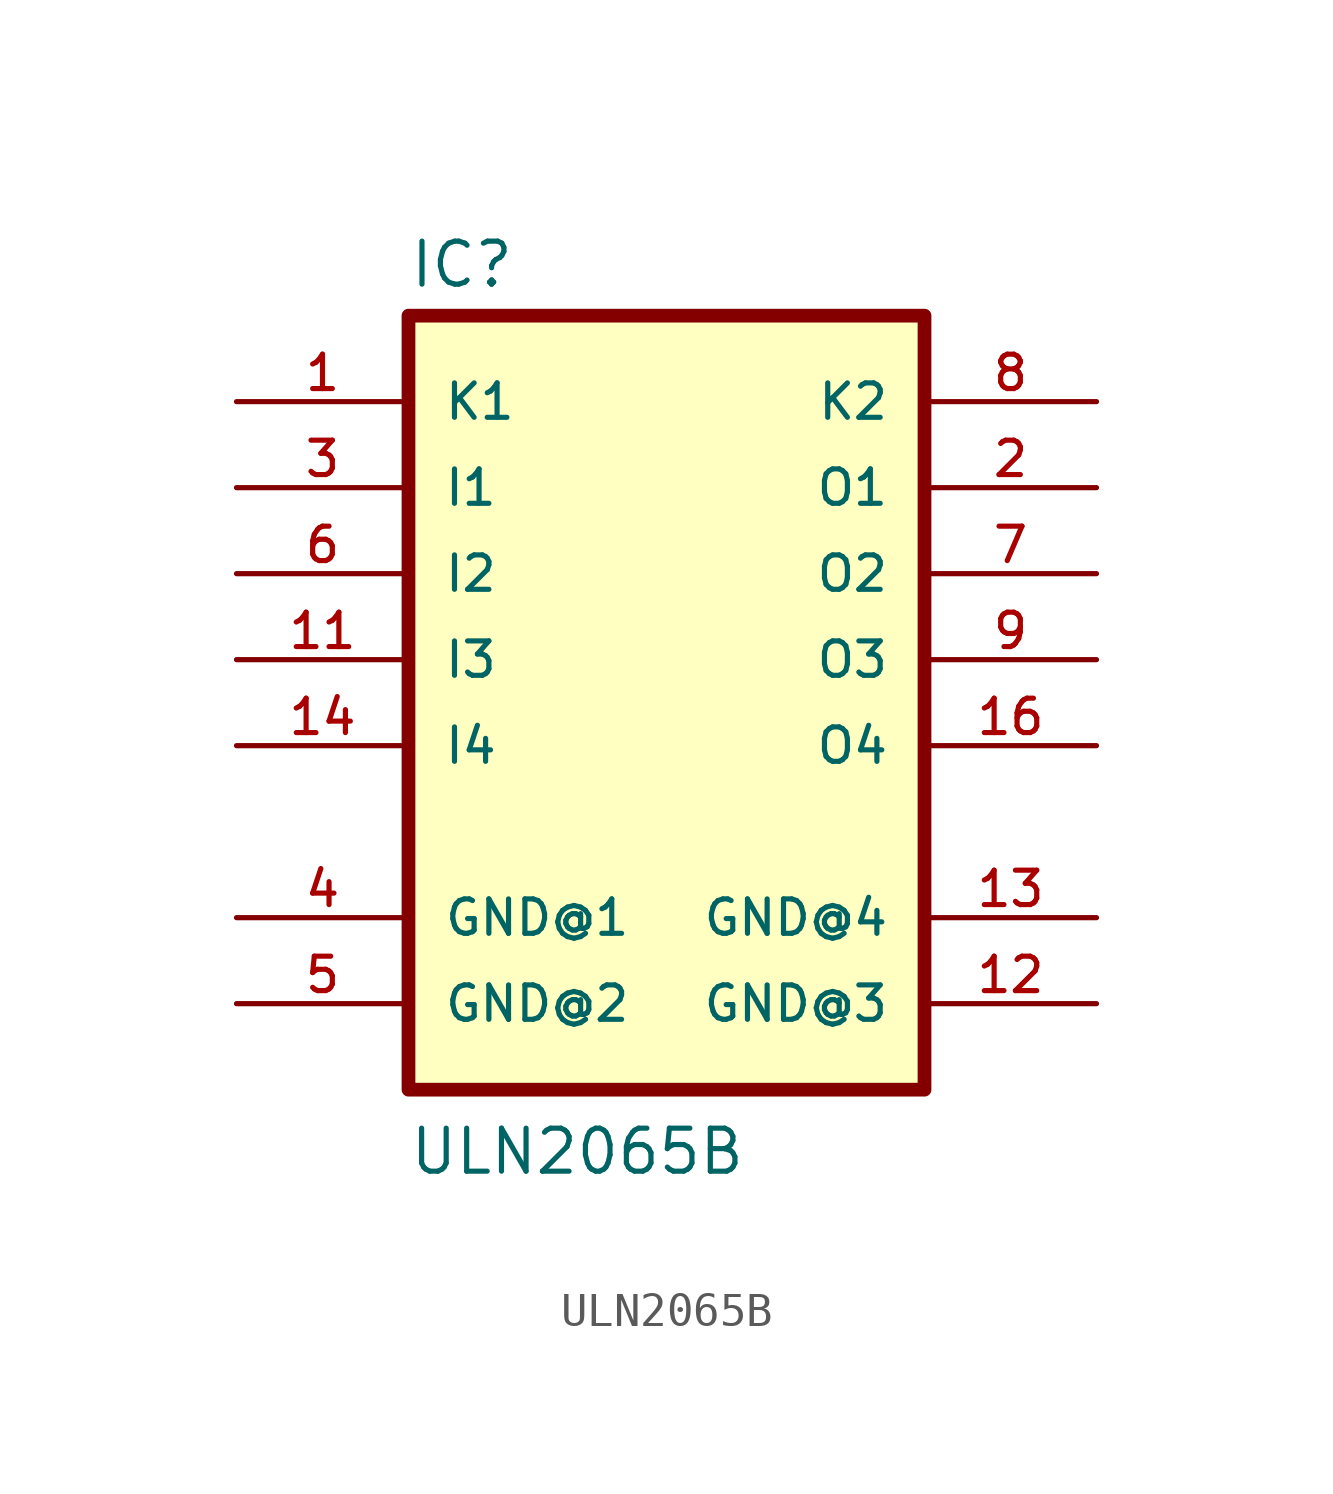
<source format=kicad_sym>
(kicad_symbol_lib
  (version 20211014)
  (generator kicad_symbol_editor)
  (symbol "ULN2065B"
    (pin_names
      (offset 1.016))
    (property "Reference" "IC"
      (at -7.624 10.927 0)
      (effects (font (size 1.27 1.27)) (justify bottom left)))
    (property "Value" "ULN2065B"
      (at -7.635 -15.27 0)
      (effects (font (size 1.27 1.27)) (justify bottom left)))
    (symbol "ULN2065B_0_0"
      (rectangle (start -7.62 -12.7) (end 7.62 10.16) (stroke (width 0.406)) (fill (type background)))
      (pin input line (at -12.7 5.08 0) (length 5.08) (name "I1" (effects (font (size 1.016 1.016)))) (number "3" (effects (font (size 1.016 1.016)))))
      (pin input line (at -12.7 2.54 0) (length 5.08) (name "I2" (effects (font (size 1.016 1.016)))) (number "6" (effects (font (size 1.016 1.016)))))
      (pin input line (at -12.7 0.0 0) (length 5.08) (name "I3" (effects (font (size 1.016 1.016)))) (number "11" (effects (font (size 1.016 1.016)))))
      (pin input line (at -12.7 -2.54 0) (length 5.08) (name "I4" (effects (font (size 1.016 1.016)))) (number "14" (effects (font (size 1.016 1.016)))))
      (pin open_collector line (at 12.7 5.08 180.0) (length 5.08) (name "O1" (effects (font (size 1.016 1.016)))) (number "2" (effects (font (size 1.016 1.016)))))
      (pin open_collector line (at 12.7 2.54 180.0) (length 5.08) (name "O2" (effects (font (size 1.016 1.016)))) (number "7" (effects (font (size 1.016 1.016)))))
      (pin open_collector line (at 12.7 0.0 180.0) (length 5.08) (name "O3" (effects (font (size 1.016 1.016)))) (number "9" (effects (font (size 1.016 1.016)))))
      (pin open_collector line (at 12.7 -2.54 180.0) (length 5.08) (name "O4" (effects (font (size 1.016 1.016)))) (number "16" (effects (font (size 1.016 1.016)))))
      (pin passive line (at 12.7 7.62 180.0) (length 5.08) (name "K2" (effects (font (size 1.016 1.016)))) (number "8" (effects (font (size 1.016 1.016)))))
      (pin power_in line (at -12.7 -10.16 0) (length 5.08) (name "GND@2" (effects (font (size 1.016 1.016)))) (number "5" (effects (font (size 1.016 1.016)))))
      (pin passive line (at -12.7 7.62 0) (length 5.08) (name "K1" (effects (font (size 1.016 1.016)))) (number "1" (effects (font (size 1.016 1.016)))))
      (pin power_in line (at 12.7 -7.62 180.0) (length 5.08) (name "GND@4" (effects (font (size 1.016 1.016)))) (number "13" (effects (font (size 1.016 1.016)))))
      (pin power_in line (at -12.7 -7.62 0) (length 5.08) (name "GND@1" (effects (font (size 1.016 1.016)))) (number "4" (effects (font (size 1.016 1.016)))))
      (pin power_in line (at 12.7 -10.16 180.0) (length 5.08) (name "GND@3" (effects (font (size 1.016 1.016)))) (number "12" (effects (font (size 1.016 1.016))))))))
</source>
